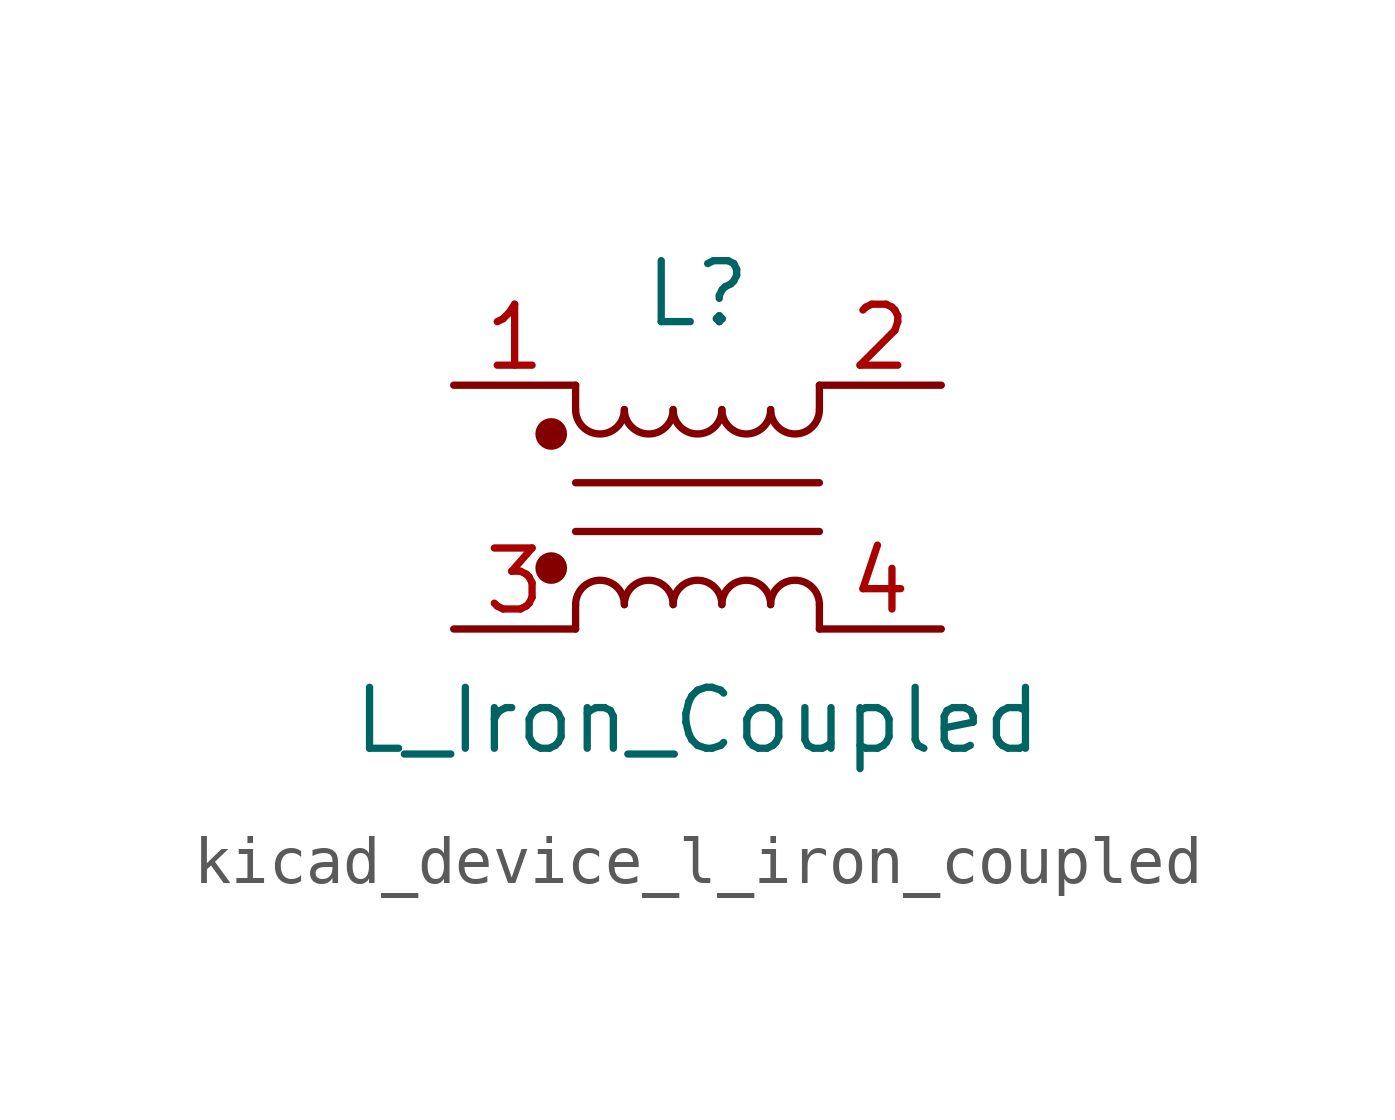
<source format=kicad_sym>
(kicad_symbol_lib
  (version 20220914)
  (generator kicad_symbol_editor)
  (symbol "kicad_device_l_iron_coupled"
    (pin_names
      (offset 0.254) hide)
    (property "Reference" "L"
      (at 0 4.445 0)
      (effects (font (size 1.27 1.27))))
    (property "Value" "L_Iron_Coupled"
      (at 0 -4.445 0)
      (effects (font (size 1.27 1.27))))
    (symbol "kicad_device_l_iron_coupled_0_1"
      (circle (center -3.048 -1.27) (radius 0.254) (stroke (width 0) (type default)) (fill (type outline)))
      (circle (center -3.048 1.524) (radius 0.254) (stroke (width 0) (type default)) (fill (type outline)))
      (arc (start -2.54 2.032) (mid -2.032 1.5262) (end -1.524 2.032) (stroke (width 0) (type default)) (fill (type none)))
      (arc (start -1.524 -2.032) (mid -2.032 -1.5262) (end -2.54 -2.032) (stroke (width 0) (type default)) (fill (type none)))
      (arc (start -1.524 2.032) (mid -1.016 1.5262) (end -0.508 2.032) (stroke (width 0) (type default)) (fill (type none)))
      (arc (start -0.508 -2.032) (mid -1.016 -1.5262) (end -1.524 -2.032) (stroke (width 0) (type default)) (fill (type none)))
      (arc (start -0.508 2.032) (mid 0 1.5262) (end 0.508 2.032) (stroke (width 0) (type default)) (fill (type none)))
      (polyline (pts (xy -2.54 -2.032) (xy -2.54 -2.54)) (stroke (width 0) (type default)) (fill (type none)))
      (polyline (pts (xy -2.54 0.508) (xy 2.54 0.508)) (stroke (width 0) (type default)) (fill (type none)))
      (polyline (pts (xy -2.54 2.032) (xy -2.54 2.54)) (stroke (width 0) (type default)) (fill (type none)))
      (polyline (pts (xy 2.54 -2.032) (xy 2.54 -2.54)) (stroke (width 0) (type default)) (fill (type none)))
      (polyline (pts (xy 2.54 -0.508) (xy -2.54 -0.508)) (stroke (width 0) (type default)) (fill (type none)))
      (polyline (pts (xy 2.54 2.54) (xy 2.54 2.032)) (stroke (width 0) (type default)) (fill (type none)))
      (arc (start 0.508 -2.032) (mid 0 -1.5262) (end -0.508 -2.032) (stroke (width 0) (type default)) (fill (type none)))
      (arc (start 0.508 2.032) (mid 1.016 1.5262) (end 1.524 2.032) (stroke (width 0) (type default)) (fill (type none)))
      (arc (start 1.524 -2.032) (mid 1.016 -1.5262) (end 0.508 -2.032) (stroke (width 0) (type default)) (fill (type none)))
      (arc (start 1.524 2.032) (mid 2.032 1.5262) (end 2.54 2.032) (stroke (width 0) (type default)) (fill (type none)))
      (arc (start 2.54 -2.032) (mid 2.032 -1.5262) (end 1.524 -2.032) (stroke (width 0) (type default)) (fill (type none))))
    (symbol "kicad_device_l_iron_coupled_1_1"
      (pin passive line (at -5.08 2.54 0) (length 2.54) (name "1" (effects (font (size 1.27 1.27)))) (number "1" (effects (font (size 1.27 1.27)))))
      (pin passive line (at 5.08 2.54 180) (length 2.54) (name "2" (effects (font (size 1.27 1.27)))) (number "2" (effects (font (size 1.27 1.27)))))
      (pin passive line (at -5.08 -2.54 0) (length 2.54) (name "3" (effects (font (size 1.27 1.27)))) (number "3" (effects (font (size 1.27 1.27)))))
      (pin passive line (at 5.08 -2.54 180) (length 2.54) (name "4" (effects (font (size 1.27 1.27)))) (number "4" (effects (font (size 1.27 1.27))))))))
</source>
